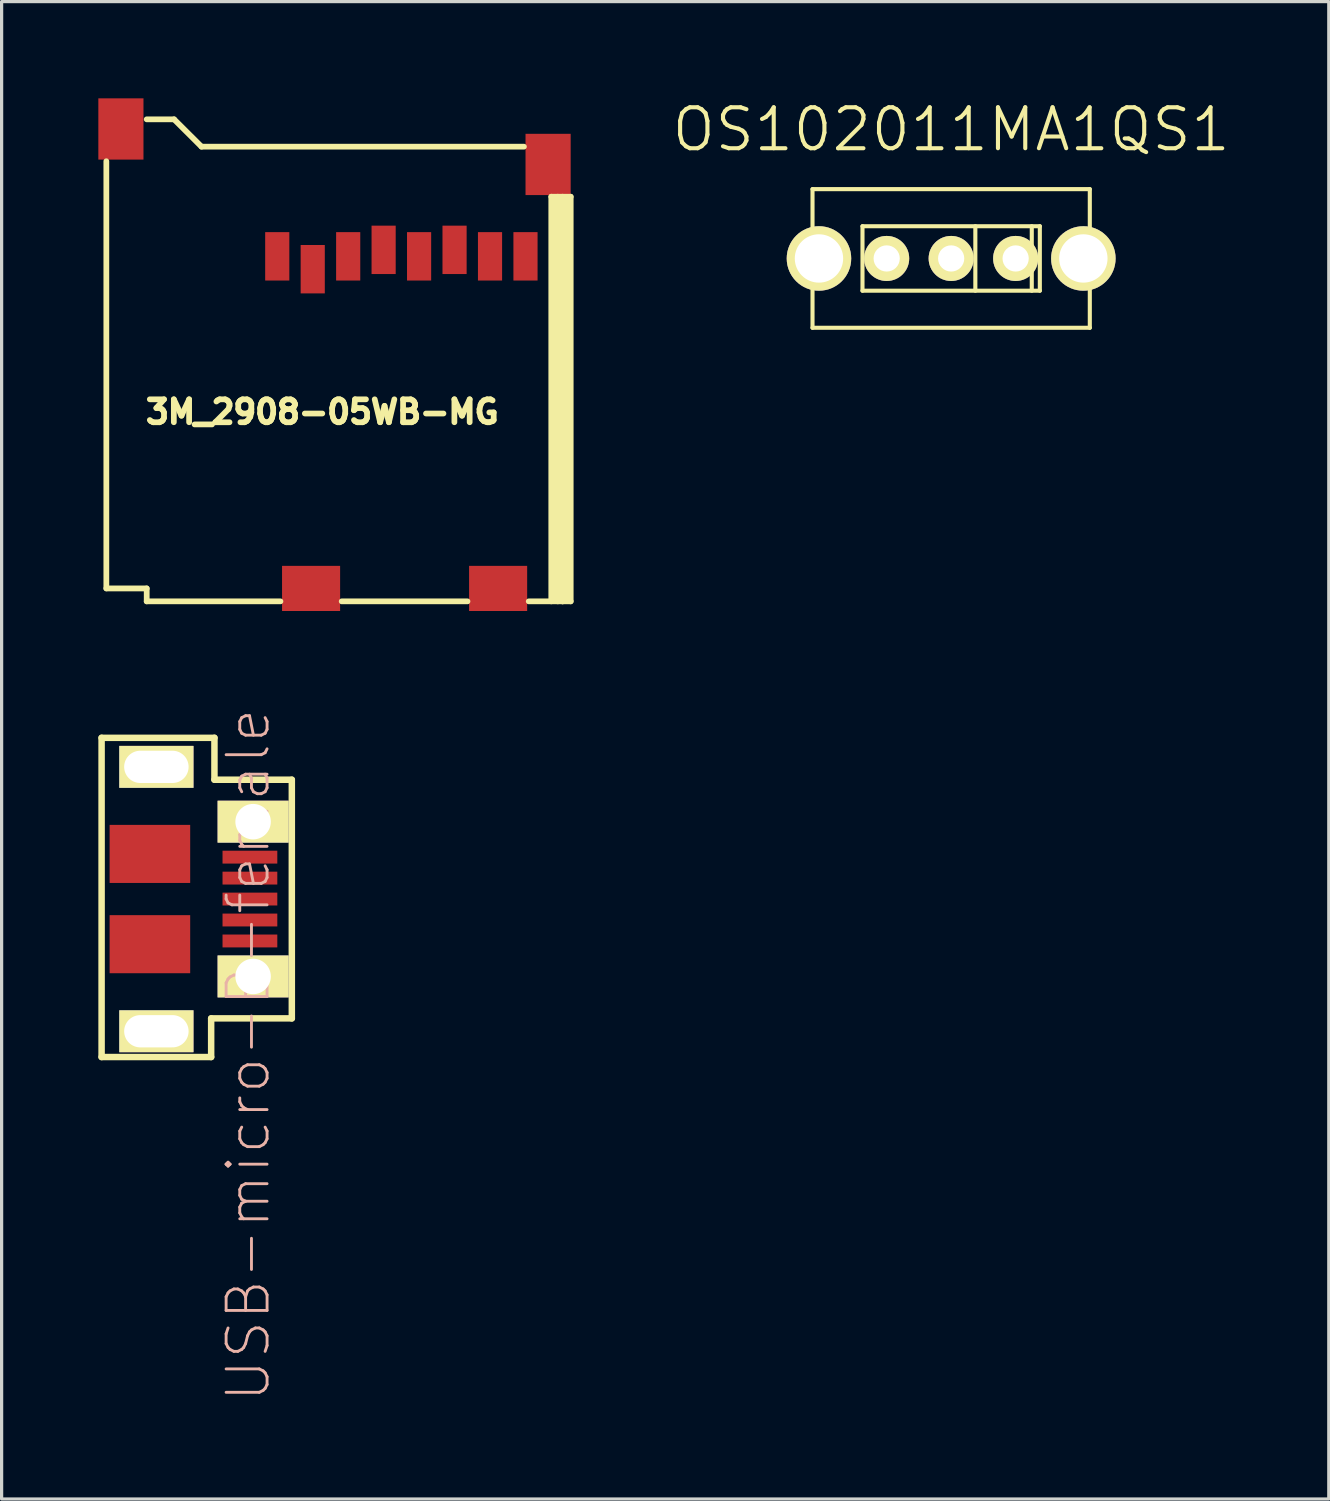
<source format=kicad_pcb>
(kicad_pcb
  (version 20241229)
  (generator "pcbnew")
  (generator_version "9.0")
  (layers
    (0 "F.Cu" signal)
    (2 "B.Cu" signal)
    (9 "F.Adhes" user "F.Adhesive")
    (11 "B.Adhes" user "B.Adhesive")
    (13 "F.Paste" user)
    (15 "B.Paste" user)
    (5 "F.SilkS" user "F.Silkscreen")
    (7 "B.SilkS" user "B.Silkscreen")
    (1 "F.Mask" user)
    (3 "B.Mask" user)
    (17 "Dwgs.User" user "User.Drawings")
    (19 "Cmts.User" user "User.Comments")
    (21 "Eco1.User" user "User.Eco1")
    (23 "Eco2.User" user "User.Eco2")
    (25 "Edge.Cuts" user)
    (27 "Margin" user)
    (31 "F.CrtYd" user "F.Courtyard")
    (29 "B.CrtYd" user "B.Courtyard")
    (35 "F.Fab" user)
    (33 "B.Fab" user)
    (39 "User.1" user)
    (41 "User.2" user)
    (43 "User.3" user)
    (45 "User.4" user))
  (footprint "3M_2908-05WB-MG"
    (layer "F.Cu")
    (at 5.549 4.9)
    (property "Reference" "3M_2908-05WB-MG" (at 1.397 4.826 0) (layer "F.SilkS") (effects (font (size 0.711 0.711) (thickness 0.178))))
    (attr through_hole)
    (fp_line (start -5.301 -2.949) (end -5.301 10.3) (stroke (width 0.178) (type solid)) (layer "F.SilkS"))
    (fp_line (start -5.301 10.3) (end -4.049 10.3) (stroke (width 0.178) (type solid)) (layer "F.SilkS"))
    (fp_line (start -4.049 10.701) (end -4.049 10.3) (stroke (width 0.178) (type solid)) (layer "F.SilkS"))
    (fp_line (start -3.2 -4.249) (end -4.049 -4.249) (stroke (width 0.178) (type solid)) (layer "F.SilkS"))
    (fp_line (start -2.349 -3.401) (end -3.2 -4.249) (stroke (width 0.178) (type solid)) (layer "F.SilkS"))
    (fp_line (start 0.099 10.701) (end -4.049 10.701) (stroke (width 0.178) (type solid)) (layer "F.SilkS"))
    (fp_line (start 5.9 10.701) (end 1.999 10.701) (stroke (width 0.178) (type solid)) (layer "F.SilkS"))
    (fp_line (start 7.65 -3.401) (end -2.349 -3.401) (stroke (width 0.178) (type solid)) (layer "F.SilkS"))
    (fp_line (start 8.499 -1.849) (end 8.499 10.701) (stroke (width 0.178) (type solid)) (layer "F.SilkS"))
    (fp_line (start 8.6 10.65) (end 8.6 -1.801) (stroke (width 0.178) (type solid)) (layer "F.SilkS"))
    (fp_line (start 8.7 -1.849) (end 8.7 10.701) (stroke (width 0.178) (type solid)) (layer "F.SilkS"))
    (fp_line (start 8.849 -1.849) (end 8.849 10.701) (stroke (width 0.178) (type solid)) (layer "F.SilkS"))
    (fp_line (start 8.849 10.701) (end 7.8 10.701) (stroke (width 0.178) (type solid)) (layer "F.SilkS"))
    (fp_line (start 8.951 10.65) (end 8.951 -1.801) (stroke (width 0.178) (type solid)) (layer "F.SilkS"))
    (fp_line (start 9.101 -1.849) (end 8.499 -1.849) (stroke (width 0.178) (type solid)) (layer "F.SilkS"))
    (fp_line (start 9.101 -1.849) (end 9.101 10.701) (stroke (width 0.178) (type solid)) (layer "F.SilkS"))
    (fp_line (start 9.101 10.701) (end 8.849 10.701) (stroke (width 0.178) (type solid)) (layer "F.SilkS"))
    (pad "1" smd rect (at 0 0) (size 0.749 1.501) (layers "F.Cu" "F.Mask" "F.Paste"))
    (pad "2" smd rect (at 1.1 0.399) (size 0.749 1.501) (layers "F.Cu" "F.Mask" "F.Paste"))
    (pad "3" smd rect (at 2.2 0) (size 0.749 1.501) (layers "F.Cu" "F.Mask" "F.Paste"))
    (pad "4" smd rect (at 3.299 -0.201) (size 0.749 1.501) (layers "F.Cu" "F.Mask" "F.Paste"))
    (pad "5" smd rect (at 4.399 0) (size 0.749 1.501) (layers "F.Cu" "F.Mask" "F.Paste"))
    (pad "6" smd rect (at 5.499 -0.201) (size 0.749 1.501) (layers "F.Cu" "F.Mask" "F.Paste"))
    (pad "7" smd rect (at 6.599 0) (size 0.749 1.501) (layers "F.Cu" "F.Mask" "F.Paste"))
    (pad "8" smd rect (at 7.699 0) (size 0.749 1.501) (layers "F.Cu" "F.Mask" "F.Paste"))
    (pad "9" smd rect (at -4.849 -3.95) (size 1.4 1.9) (layers "F.Cu" "F.Mask" "F.Paste"))
    (pad "9" smd rect (at 1.049 10.3) (size 1.801 1.4) (layers "F.Cu" "F.Mask" "F.Paste"))
    (pad "9" smd rect (at 6.85 10.3) (size 1.801 1.4) (layers "F.Cu" "F.Mask" "F.Paste"))
    (pad "9" smd rect (at 8.4 -2.85) (size 1.4 1.9) (layers "F.Cu" "F.Mask" "F.Paste")))
  (footprint "USB-micro-B-female"
    (layer "F.Cu")
    (at 1.8 24.834)
    (property "Reference" "USB-micro-B-female" (at 2.85 4.836 90) (layer "B.SilkS") (effects (font (size 1.27 1.27) (thickness 0.089))))
    (attr smd)
    (fp_line (start -1.699 -5.001) (end -1.699 4.9) (stroke (width 0.201) (type solid)) (layer "F.SilkS"))
    (fp_line (start -1.699 4.9) (end 1.699 4.9) (stroke (width 0.201) (type solid)) (layer "F.SilkS"))
    (fp_line (start 1.699 3.701) (end 4.201 3.701) (stroke (width 0.201) (type solid)) (layer "F.SilkS"))
    (fp_line (start 1.699 4.9) (end 1.699 3.701) (stroke (width 0.201) (type solid)) (layer "F.SilkS"))
    (fp_line (start 1.801 -5.001) (end -1.699 -5.001) (stroke (width 0.201) (type solid)) (layer "F.SilkS"))
    (fp_line (start 1.801 -3.701) (end 1.801 -5.001) (stroke (width 0.201) (type solid)) (layer "F.SilkS"))
    (fp_line (start 4.201 -3.701) (end 1.801 -3.701) (stroke (width 0.201) (type solid)) (layer "F.SilkS"))
    (fp_line (start 4.201 3.701) (end 4.201 -3.701) (stroke (width 0.201) (type solid)) (layer "F.SilkS"))
    (pad "1" smd rect (at 2.901 -1.3) (size 1.699 0.399) (layers "F.Cu" "F.Mask" "F.Paste"))
    (pad "2" smd rect (at 2.901 -0.65) (size 1.699 0.399) (layers "F.Cu" "F.Mask" "F.Paste"))
    (pad "3" smd rect (at 2.901 0) (size 1.699 0.399) (layers "F.Cu" "F.Mask" "F.Paste"))
    (pad "4" smd rect (at 2.901 0.65) (size 1.699 0.399) (layers "F.Cu" "F.Mask" "F.Paste"))
    (pad "5" smd rect (at 2.901 1.3) (size 1.699 0.399) (layers "F.Cu" "F.Mask" "F.Paste"))
    (pad "6" smd rect (at -0.201 -1.4 90) (size 1.801 2.499) (layers "F.Cu" "F.Mask" "F.Paste"))
    (pad "6" smd rect (at -0.201 1.4 90) (size 1.801 2.499) (layers "F.Cu" "F.Mask" "F.Paste"))
    (pad "6" thru_hole rect (at 0 -4.1 90) (size 1.3 2.301) (drill oval 1.001 1.999) (layers "*.Cu" "*.Mask" "F.SilkS"))
    (pad "6" thru_hole rect (at 0 4.1 90) (size 1.3 2.301) (drill oval 1.001 1.999) (layers "*.Cu" "*.Mask" "F.SilkS"))
    (pad "6" thru_hole rect (at 3 -2.4 90) (size 1.3 2.202) (drill 1.1) (layers "*.Cu" "*.Mask" "F.SilkS"))
    (pad "6" thru_hole rect (at 3 2.4 90) (size 1.3 2.202) (drill 1.1) (layers "*.Cu" "*.Mask" "F.SilkS")))
  (footprint "OS102011MA1QS1"
    (layer "F.Cu")
    (at 26.45 4.966)
    (property "Reference" "OS102011MA1QS1" (at 0 -4 0) (layer "F.SilkS") (effects (font (size 1.27 1.27) (thickness 0.127))))
    (attr through_hole)
    (fp_line (start -4.3 -2.15) (end 4.3 -2.15) (stroke (width 0.127) (type solid)) (layer "F.SilkS"))
    (fp_line (start -4.3 2.15) (end -4.3 -2.15) (stroke (width 0.127) (type solid)) (layer "F.SilkS"))
    (fp_line (start -2.75 -1) (end 2.75 -1) (stroke (width 0.127) (type solid)) (layer "F.SilkS"))
    (fp_line (start -2.75 1) (end -2.75 -1) (stroke (width 0.127) (type solid)) (layer "F.SilkS"))
    (fp_line (start 0.75 -1) (end 0.75 1) (stroke (width 0.127) (type solid)) (layer "F.SilkS"))
    (fp_line (start 2.5 -1) (end 2.5 1) (stroke (width 0.127) (type solid)) (layer "F.SilkS"))
    (fp_line (start 2.75 -1) (end 2.75 1) (stroke (width 0.127) (type solid)) (layer "F.SilkS"))
    (fp_line (start 2.75 1) (end -2.75 1) (stroke (width 0.127) (type solid)) (layer "F.SilkS"))
    (fp_line (start 4.3 -2.15) (end 4.3 2.15) (stroke (width 0.127) (type solid)) (layer "F.SilkS"))
    (fp_line (start 4.3 2.15) (end -4.3 2.15) (stroke (width 0.127) (type solid)) (layer "F.SilkS"))
    (pad "1" thru_hole circle (at -2 0) (size 1.397 1.397) (drill 0.813) (layers "*.Cu" "*.Mask" "F.SilkS"))
    (pad "2" thru_hole circle (at 0 0) (size 1.397 1.397) (drill 0.813) (layers "*.Cu" "*.Mask" "F.SilkS"))
    (pad "3" thru_hole circle (at 2 0) (size 1.397 1.397) (drill 0.813) (layers "*.Cu" "*.Mask" "F.SilkS"))
    (pad "4" thru_hole circle (at -4.1 0) (size 2 2) (drill 1.5) (layers "*.Cu" "*.Mask" "F.SilkS"))
    (pad "5" thru_hole circle (at 4.1 0) (size 2 2) (drill 1.5) (layers "*.Cu" "*.Mask" "F.SilkS")))
  (gr_rect
    (start -3 -3)
    (end 38.162 43.441)
    (stroke (width 0.1) (type default))
    (fill no)
    (layer "Edge.Cuts")))
</source>
